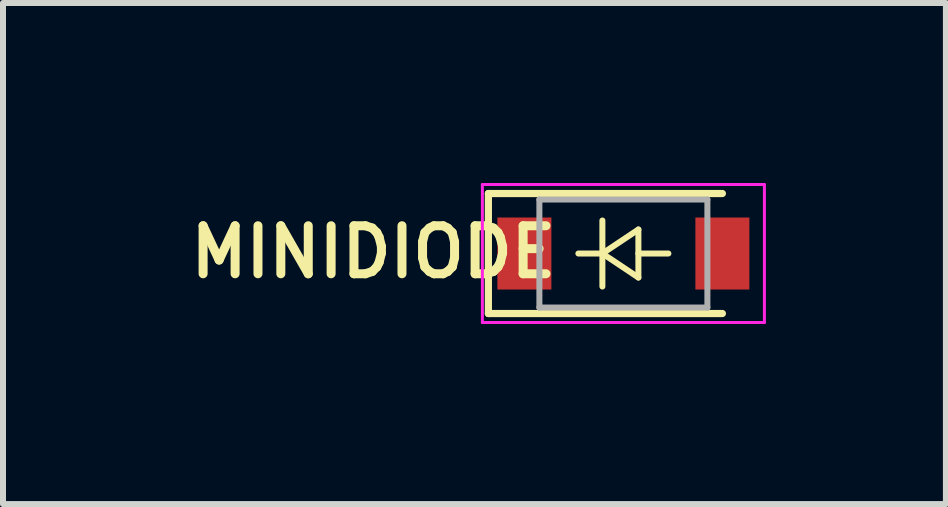
<source format=kicad_pcb>
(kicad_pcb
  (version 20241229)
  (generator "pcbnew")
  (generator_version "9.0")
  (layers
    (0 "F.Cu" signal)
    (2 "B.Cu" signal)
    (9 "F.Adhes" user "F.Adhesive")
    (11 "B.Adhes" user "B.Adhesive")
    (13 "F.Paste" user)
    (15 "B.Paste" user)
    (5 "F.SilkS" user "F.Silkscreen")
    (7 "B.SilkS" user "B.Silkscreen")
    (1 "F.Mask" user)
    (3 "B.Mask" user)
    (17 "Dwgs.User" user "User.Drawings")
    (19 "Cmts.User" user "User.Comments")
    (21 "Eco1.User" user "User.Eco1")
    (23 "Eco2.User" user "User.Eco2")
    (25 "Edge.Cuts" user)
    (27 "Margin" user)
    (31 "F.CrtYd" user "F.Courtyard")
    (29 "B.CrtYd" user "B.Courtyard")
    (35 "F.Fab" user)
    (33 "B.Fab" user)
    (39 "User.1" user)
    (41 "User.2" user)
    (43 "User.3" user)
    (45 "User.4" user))
  (footprint "MINIDIODE"
    (layer "F.Cu")
    (at 7.339 1.175)
    (property "Reference" "MINIDIODE" (at -4.166 -0.025 0) (layer "F.SilkS") (effects (font (size 0.8 0.8) (thickness 0.15))))
    (attr smd)
    (fp_line (start -2.25 -1) (end -2.25 1) (stroke (width 0.12) (type solid)) (layer "F.SilkS"))
    (fp_line (start -2.25 -1) (end 1.65 -1) (stroke (width 0.12) (type solid)) (layer "F.SilkS"))
    (fp_line (start -2.25 1) (end 1.65 1) (stroke (width 0.12) (type solid)) (layer "F.SilkS"))
    (fp_line (start -0.75 0) (end -0.35 0) (stroke (width 0.1) (type solid)) (layer "F.SilkS"))
    (fp_line (start -0.35 0) (end -0.35 -0.55) (stroke (width 0.1) (type solid)) (layer "F.SilkS"))
    (fp_line (start -0.35 0) (end -0.35 0.55) (stroke (width 0.1) (type solid)) (layer "F.SilkS"))
    (fp_line (start -0.35 0) (end 0.25 -0.4) (stroke (width 0.1) (type solid)) (layer "F.SilkS"))
    (fp_line (start 0.25 -0.4) (end 0.25 0.4) (stroke (width 0.1) (type solid)) (layer "F.SilkS"))
    (fp_line (start 0.25 0) (end 0.75 0) (stroke (width 0.1) (type solid)) (layer "F.SilkS"))
    (fp_line (start 0.25 0.4) (end -0.35 0) (stroke (width 0.1) (type solid)) (layer "F.SilkS"))
    (fp_line (start -2.35 -1.15) (end -2.35 1.15) (stroke (width 0.05) (type solid)) (layer "F.CrtYd"))
    (fp_line (start -2.35 -1.15) (end 2.35 -1.15) (stroke (width 0.05) (type solid)) (layer "F.CrtYd"))
    (fp_line (start 2.35 -1.15) (end 2.35 1.15) (stroke (width 0.05) (type solid)) (layer "F.CrtYd"))
    (fp_line (start 2.35 1.15) (end -2.35 1.15) (stroke (width 0.05) (type solid)) (layer "F.CrtYd"))
    (fp_line (start -1.4 -0.9) (end 1.4 -0.9) (stroke (width 0.1) (type solid)) (layer "F.Fab"))
    (fp_line (start -1.4 0.9) (end -1.4 -0.9) (stroke (width 0.1) (type solid)) (layer "F.Fab"))
    (fp_line (start 1.4 -0.9) (end 1.4 0.9) (stroke (width 0.1) (type solid)) (layer "F.Fab"))
    (fp_line (start 1.4 0.9) (end -1.4 0.9) (stroke (width 0.1) (type solid)) (layer "F.Fab"))
    (pad "1" smd rect (at -1.65 0) (size 0.9 1.2) (layers "F.Cu" "F.Mask" "F.Paste"))
    (pad "2" smd rect (at 1.65 0) (size 0.9 1.2) (layers "F.Cu" "F.Mask" "F.Paste")))
  (gr_rect
    (start -3 -3)
    (end 12.714 5.35)
    (stroke (width 0.1) (type default))
    (fill no)
    (layer "Edge.Cuts")))
</source>
